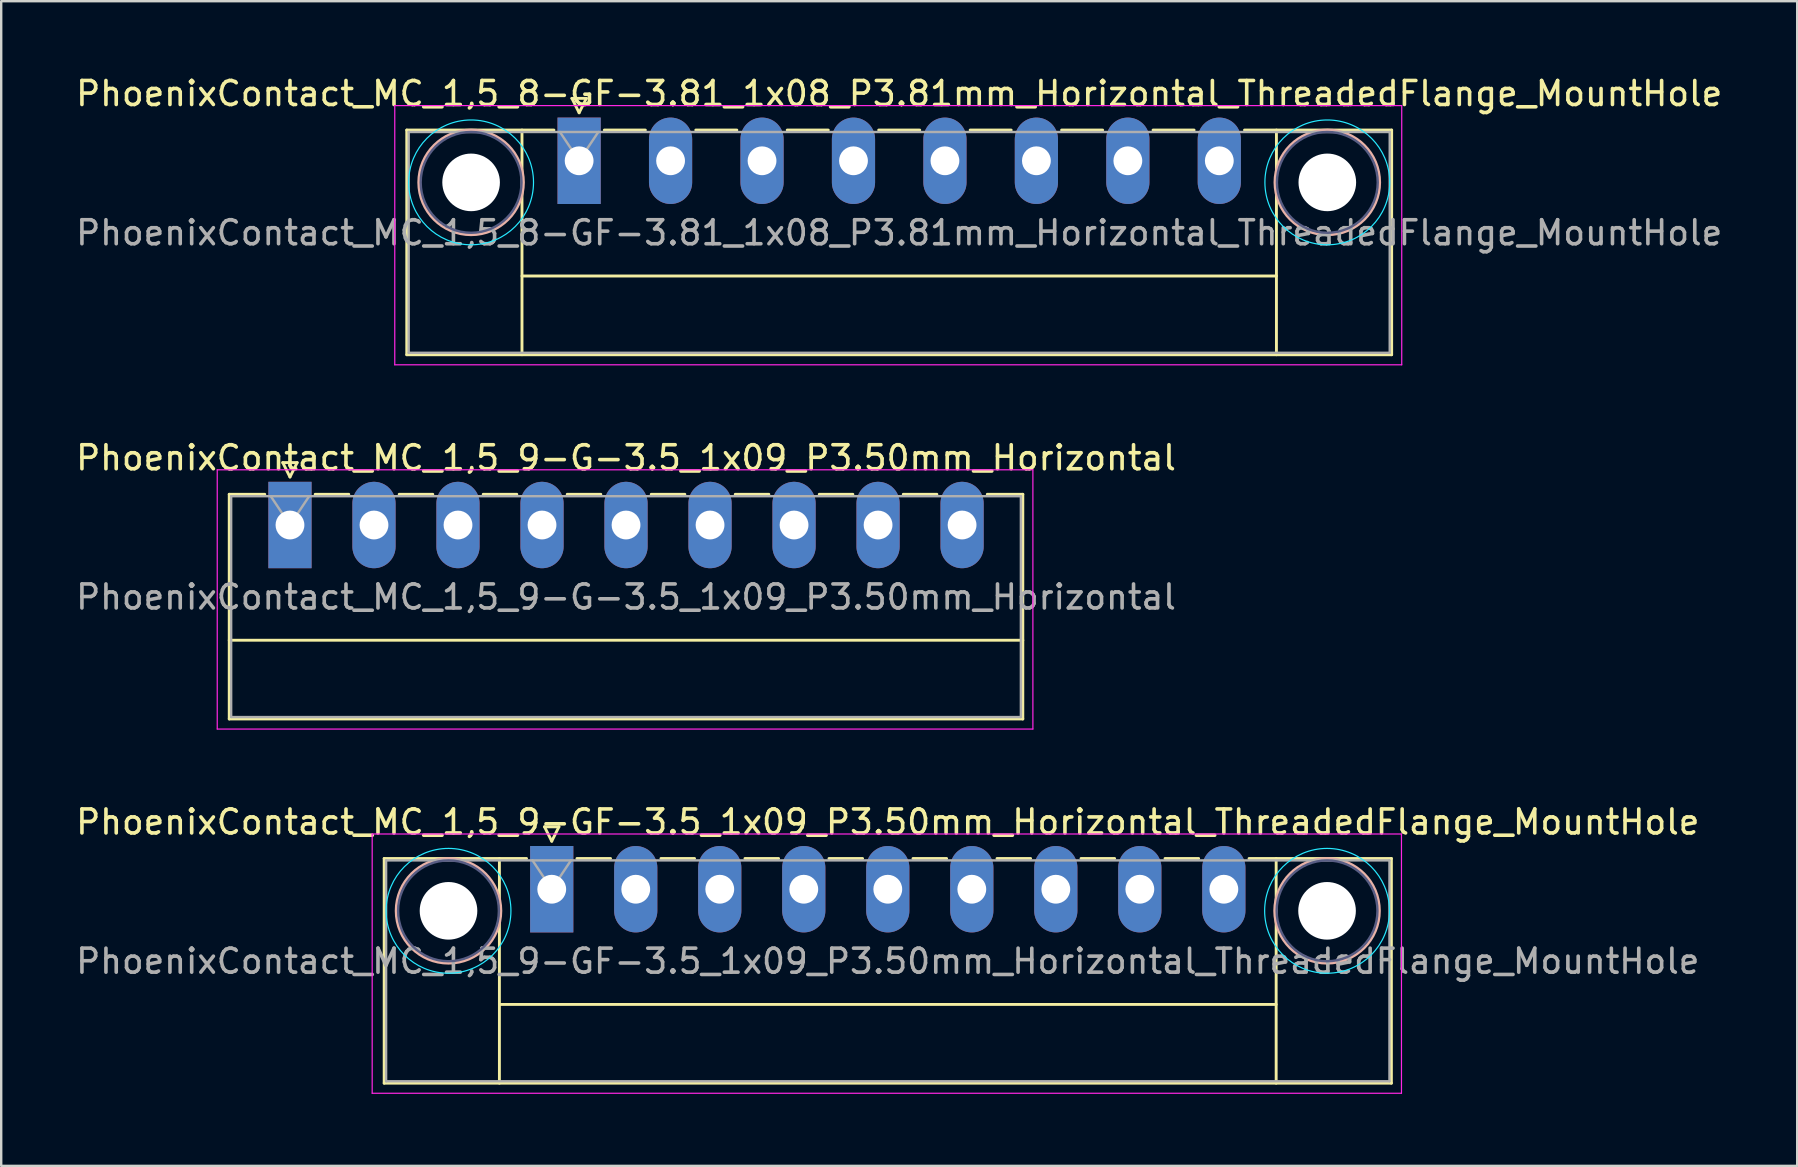
<source format=kicad_pcb>
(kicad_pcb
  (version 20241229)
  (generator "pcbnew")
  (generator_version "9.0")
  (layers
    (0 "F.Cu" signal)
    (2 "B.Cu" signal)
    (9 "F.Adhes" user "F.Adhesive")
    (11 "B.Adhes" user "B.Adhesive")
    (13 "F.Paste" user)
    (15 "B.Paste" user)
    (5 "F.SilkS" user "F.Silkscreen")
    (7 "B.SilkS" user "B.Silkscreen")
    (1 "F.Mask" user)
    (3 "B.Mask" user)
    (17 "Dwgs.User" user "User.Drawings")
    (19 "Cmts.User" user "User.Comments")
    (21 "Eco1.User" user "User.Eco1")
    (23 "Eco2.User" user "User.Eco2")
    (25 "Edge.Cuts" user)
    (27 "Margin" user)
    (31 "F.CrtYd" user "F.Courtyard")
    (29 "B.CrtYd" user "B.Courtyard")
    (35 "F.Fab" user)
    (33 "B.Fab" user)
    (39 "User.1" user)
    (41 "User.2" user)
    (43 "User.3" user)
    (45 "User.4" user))
  (footprint "PhoenixContact_MC_1,5_9-G-3.5_1x09_P3.50mm_Horizontal"
    (layer "F.Cu")
    (at 9.03 18.822)
    (property "Reference" "PhoenixContact_MC_1,5_9-G-3.5_1x09_P3.50mm_Horizontal" (at 14 -2.8 0) (layer "F.SilkS") (effects (font (size 1 1) (thickness 0.15))))
    (attr through_hole)
    (fp_line (start -2.53 -1.28) (end -2.53 8.08) (stroke (width 0.12) (type solid)) (layer "F.SilkS"))
    (fp_line (start -2.53 -1.28) (end -1.05 -1.28) (stroke (width 0.12) (type solid)) (layer "F.SilkS"))
    (fp_line (start -2.53 4.8) (end 30.53 4.8) (stroke (width 0.12) (type solid)) (layer "F.SilkS"))
    (fp_line (start -2.53 8.08) (end 30.53 8.08) (stroke (width 0.12) (type solid)) (layer "F.SilkS"))
    (fp_line (start -0.3 -2.6) (end 0.3 -2.6) (stroke (width 0.12) (type solid)) (layer "F.SilkS"))
    (fp_line (start 0 -2) (end -0.3 -2.6) (stroke (width 0.12) (type solid)) (layer "F.SilkS"))
    (fp_line (start 0.3 -2.6) (end 0 -2) (stroke (width 0.12) (type solid)) (layer "F.SilkS"))
    (fp_line (start 1.05 -1.28) (end 2.45 -1.28) (stroke (width 0.12) (type solid)) (layer "F.SilkS"))
    (fp_line (start 4.55 -1.28) (end 5.95 -1.28) (stroke (width 0.12) (type solid)) (layer "F.SilkS"))
    (fp_line (start 8.05 -1.28) (end 9.45 -1.28) (stroke (width 0.12) (type solid)) (layer "F.SilkS"))
    (fp_line (start 11.55 -1.28) (end 12.95 -1.28) (stroke (width 0.12) (type solid)) (layer "F.SilkS"))
    (fp_line (start 15.05 -1.28) (end 16.45 -1.28) (stroke (width 0.12) (type solid)) (layer "F.SilkS"))
    (fp_line (start 18.55 -1.28) (end 19.95 -1.28) (stroke (width 0.12) (type solid)) (layer "F.SilkS"))
    (fp_line (start 22.05 -1.28) (end 23.45 -1.28) (stroke (width 0.12) (type solid)) (layer "F.SilkS"))
    (fp_line (start 25.55 -1.28) (end 26.95 -1.28) (stroke (width 0.12) (type solid)) (layer "F.SilkS"))
    (fp_line (start 30.53 -1.28) (end 29.05 -1.28) (stroke (width 0.12) (type solid)) (layer "F.SilkS"))
    (fp_line (start 30.53 8.08) (end 30.53 -1.28) (stroke (width 0.12) (type solid)) (layer "F.SilkS"))
    (fp_line (start -3.03 -2.3) (end -3.03 8.5) (stroke (width 0.05) (type solid)) (layer "F.CrtYd"))
    (fp_line (start -3.03 8.5) (end 30.95 8.5) (stroke (width 0.05) (type solid)) (layer "F.CrtYd"))
    (fp_line (start 30.95 -2.3) (end -3.03 -2.3) (stroke (width 0.05) (type solid)) (layer "F.CrtYd"))
    (fp_line (start 30.95 8.5) (end 30.95 -2.3) (stroke (width 0.05) (type solid)) (layer "F.CrtYd"))
    (fp_line (start -2.45 -1.2) (end -2.45 8) (stroke (width 0.1) (type solid)) (layer "F.Fab"))
    (fp_line (start -2.45 8) (end 30.45 8) (stroke (width 0.1) (type solid)) (layer "F.Fab"))
    (fp_line (start 0 0) (end -0.8 -1.2) (stroke (width 0.1) (type solid)) (layer "F.Fab"))
    (fp_line (start 0.8 -1.2) (end 0 0) (stroke (width 0.1) (type solid)) (layer "F.Fab"))
    (fp_line (start 30.45 -1.2) (end -2.45 -1.2) (stroke (width 0.1) (type solid)) (layer "F.Fab"))
    (fp_line (start 30.45 8) (end 30.45 -1.2) (stroke (width 0.1) (type solid)) (layer "F.Fab"))
    (fp_text user "${REFERENCE}" (at 14 3 0) (layer "F.Fab") (effects (font (size 1 1) (thickness 0.15))))
    (pad "1" thru_hole rect (at 0 0) (size 1.8 3.6) (drill 1.2) (layers "*.Cu" "*.Mask"))
    (pad "2" thru_hole oval (at 3.5 0) (size 1.8 3.6) (drill 1.2) (layers "*.Cu" "*.Mask"))
    (pad "3" thru_hole oval (at 7 0) (size 1.8 3.6) (drill 1.2) (layers "*.Cu" "*.Mask"))
    (pad "4" thru_hole oval (at 10.5 0) (size 1.8 3.6) (drill 1.2) (layers "*.Cu" "*.Mask"))
    (pad "5" thru_hole oval (at 14 0) (size 1.8 3.6) (drill 1.2) (layers "*.Cu" "*.Mask"))
    (pad "6" thru_hole oval (at 17.5 0) (size 1.8 3.6) (drill 1.2) (layers "*.Cu" "*.Mask"))
    (pad "7" thru_hole oval (at 21 0) (size 1.8 3.6) (drill 1.2) (layers "*.Cu" "*.Mask"))
    (pad "8" thru_hole oval (at 24.5 0) (size 1.8 3.6) (drill 1.2) (layers "*.Cu" "*.Mask"))
    (pad "9" thru_hole oval (at 28 0) (size 1.8 3.6) (drill 1.2) (layers "*.Cu" "*.Mask")))
  (footprint "PhoenixContact_MC_1,5_9-GF-3.5_1x09_P3.50mm_Horizontal_ThreadedFlange_MountHole"
    (layer "F.Cu")
    (at 19.935 33.995)
    (property "Reference" "PhoenixContact_MC_1,5_9-GF-3.5_1x09_P3.50mm_Horizontal_ThreadedFlange_MountHole" (at 14 -2.8 0) (layer "F.SilkS") (effects (font (size 1 1) (thickness 0.15))))
    (attr through_hole)
    (fp_line (start -6.98 -1.28) (end -6.98 8.08) (stroke (width 0.12) (type solid)) (layer "F.SilkS"))
    (fp_line (start -6.98 -1.28) (end -1.05 -1.28) (stroke (width 0.12) (type solid)) (layer "F.SilkS"))
    (fp_line (start -6.98 8.08) (end 34.98 8.08) (stroke (width 0.12) (type solid)) (layer "F.SilkS"))
    (fp_line (start -2.18 -1.28) (end -2.18 8.08) (stroke (width 0.12) (type solid)) (layer "F.SilkS"))
    (fp_line (start -2.18 4.8) (end 30.18 4.8) (stroke (width 0.12) (type solid)) (layer "F.SilkS"))
    (fp_line (start -0.3 -2.6) (end 0.3 -2.6) (stroke (width 0.12) (type solid)) (layer "F.SilkS"))
    (fp_line (start 0 -2) (end -0.3 -2.6) (stroke (width 0.12) (type solid)) (layer "F.SilkS"))
    (fp_line (start 0.3 -2.6) (end 0 -2) (stroke (width 0.12) (type solid)) (layer "F.SilkS"))
    (fp_line (start 1.05 -1.28) (end 2.45 -1.28) (stroke (width 0.12) (type solid)) (layer "F.SilkS"))
    (fp_line (start 4.55 -1.28) (end 5.95 -1.28) (stroke (width 0.12) (type solid)) (layer "F.SilkS"))
    (fp_line (start 8.05 -1.28) (end 9.45 -1.28) (stroke (width 0.12) (type solid)) (layer "F.SilkS"))
    (fp_line (start 11.55 -1.28) (end 12.95 -1.28) (stroke (width 0.12) (type solid)) (layer "F.SilkS"))
    (fp_line (start 15.05 -1.28) (end 16.45 -1.28) (stroke (width 0.12) (type solid)) (layer "F.SilkS"))
    (fp_line (start 18.55 -1.28) (end 19.95 -1.28) (stroke (width 0.12) (type solid)) (layer "F.SilkS"))
    (fp_line (start 22.05 -1.28) (end 23.45 -1.28) (stroke (width 0.12) (type solid)) (layer "F.SilkS"))
    (fp_line (start 25.55 -1.28) (end 26.95 -1.28) (stroke (width 0.12) (type solid)) (layer "F.SilkS"))
    (fp_line (start 30.18 -1.28) (end 30.18 8.08) (stroke (width 0.12) (type solid)) (layer "F.SilkS"))
    (fp_line (start 34.98 -1.28) (end 29.05 -1.28) (stroke (width 0.12) (type solid)) (layer "F.SilkS"))
    (fp_line (start 34.98 8.08) (end 34.98 -1.28) (stroke (width 0.12) (type solid)) (layer "F.SilkS"))
    (fp_circle (center -4.3 0.9) (end -2.12 0.9) (stroke (width 0.12) (type solid)) (fill no) (layer "B.SilkS"))
    (fp_circle (center 32.3 0.9) (end 34.48 0.9) (stroke (width 0.12) (type solid)) (fill no) (layer "B.SilkS"))
    (fp_circle (center -4.3 0.9) (end -1.7 0.9) (stroke (width 0.05) (type solid)) (fill no) (layer "B.CrtYd"))
    (fp_circle (center 32.3 0.9) (end 34.9 0.9) (stroke (width 0.05) (type solid)) (fill no) (layer "B.CrtYd"))
    (fp_line (start -7.48 -2.3) (end -7.48 8.5) (stroke (width 0.05) (type solid)) (layer "F.CrtYd"))
    (fp_line (start -7.48 8.5) (end 35.4 8.5) (stroke (width 0.05) (type solid)) (layer "F.CrtYd"))
    (fp_line (start 35.4 -2.3) (end -7.48 -2.3) (stroke (width 0.05) (type solid)) (layer "F.CrtYd"))
    (fp_line (start 35.4 8.5) (end 35.4 -2.3) (stroke (width 0.05) (type solid)) (layer "F.CrtYd"))
    (fp_circle (center -4.3 0.9) (end -2.2 0.9) (stroke (width 0.1) (type solid)) (fill no) (layer "B.Fab"))
    (fp_circle (center 32.3 0.9) (end 34.4 0.9) (stroke (width 0.1) (type solid)) (fill no) (layer "B.Fab"))
    (fp_line (start -6.9 -1.2) (end -6.9 8) (stroke (width 0.1) (type solid)) (layer "F.Fab"))
    (fp_line (start -6.9 8) (end 34.9 8) (stroke (width 0.1) (type solid)) (layer "F.Fab"))
    (fp_line (start 0 0) (end -0.8 -1.2) (stroke (width 0.1) (type solid)) (layer "F.Fab"))
    (fp_line (start 0.8 -1.2) (end 0 0) (stroke (width 0.1) (type solid)) (layer "F.Fab"))
    (fp_line (start 34.9 -1.2) (end -6.9 -1.2) (stroke (width 0.1) (type solid)) (layer "F.Fab"))
    (fp_line (start 34.9 8) (end 34.9 -1.2) (stroke (width 0.1) (type solid)) (layer "F.Fab"))
    (fp_text user "${REFERENCE}" (at 14 3 0) (layer "F.Fab") (effects (font (size 1 1) (thickness 0.15))))
    (pad "" np_thru_hole circle (at -4.3 0.9) (size 2.4 2.4) (drill 2.4) (layers "*.Cu" "*.Mask"))
    (pad "" np_thru_hole circle (at 32.3 0.9) (size 2.4 2.4) (drill 2.4) (layers "*.Cu" "*.Mask"))
    (pad "1" thru_hole rect (at 0 0) (size 1.8 3.6) (drill 1.2) (layers "*.Cu" "*.Mask"))
    (pad "2" thru_hole oval (at 3.5 0) (size 1.8 3.6) (drill 1.2) (layers "*.Cu" "*.Mask"))
    (pad "3" thru_hole oval (at 7 0) (size 1.8 3.6) (drill 1.2) (layers "*.Cu" "*.Mask"))
    (pad "4" thru_hole oval (at 10.5 0) (size 1.8 3.6) (drill 1.2) (layers "*.Cu" "*.Mask"))
    (pad "5" thru_hole oval (at 14 0) (size 1.8 3.6) (drill 1.2) (layers "*.Cu" "*.Mask"))
    (pad "6" thru_hole oval (at 17.5 0) (size 1.8 3.6) (drill 1.2) (layers "*.Cu" "*.Mask"))
    (pad "7" thru_hole oval (at 21 0) (size 1.8 3.6) (drill 1.2) (layers "*.Cu" "*.Mask"))
    (pad "8" thru_hole oval (at 24.5 0) (size 1.8 3.6) (drill 1.2) (layers "*.Cu" "*.Mask"))
    (pad "9" thru_hole oval (at 28 0) (size 1.8 3.6) (drill 1.2) (layers "*.Cu" "*.Mask")))
  (footprint "PhoenixContact_MC_1,5_8-GF-3.81_1x08_P3.81mm_Horizontal_ThreadedFlange_MountHole"
    (layer "F.Cu")
    (at 21.076 3.648)
    (property "Reference" "PhoenixContact_MC_1,5_8-GF-3.81_1x08_P3.81mm_Horizontal_ThreadedFlange_MountHole" (at 13.335 -2.8 0) (layer "F.SilkS") (effects (font (size 1 1) (thickness 0.15))))
    (attr through_hole)
    (fp_line (start -7.18 -1.28) (end -7.18 8.08) (stroke (width 0.12) (type solid)) (layer "F.SilkS"))
    (fp_line (start -7.18 -1.28) (end -1.05 -1.28) (stroke (width 0.12) (type solid)) (layer "F.SilkS"))
    (fp_line (start -7.18 8.08) (end 33.85 8.08) (stroke (width 0.12) (type solid)) (layer "F.SilkS"))
    (fp_line (start -2.38 -1.28) (end -2.38 8.08) (stroke (width 0.12) (type solid)) (layer "F.SilkS"))
    (fp_line (start -2.38 4.8) (end 29.05 4.8) (stroke (width 0.12) (type solid)) (layer "F.SilkS"))
    (fp_line (start -0.3 -2.6) (end 0.3 -2.6) (stroke (width 0.12) (type solid)) (layer "F.SilkS"))
    (fp_line (start 0 -2) (end -0.3 -2.6) (stroke (width 0.12) (type solid)) (layer "F.SilkS"))
    (fp_line (start 0.3 -2.6) (end 0 -2) (stroke (width 0.12) (type solid)) (layer "F.SilkS"))
    (fp_line (start 1.05 -1.28) (end 2.76 -1.28) (stroke (width 0.12) (type solid)) (layer "F.SilkS"))
    (fp_line (start 4.86 -1.28) (end 6.57 -1.28) (stroke (width 0.12) (type solid)) (layer "F.SilkS"))
    (fp_line (start 8.67 -1.28) (end 10.38 -1.28) (stroke (width 0.12) (type solid)) (layer "F.SilkS"))
    (fp_line (start 12.48 -1.28) (end 14.19 -1.28) (stroke (width 0.12) (type solid)) (layer "F.SilkS"))
    (fp_line (start 16.29 -1.28) (end 18 -1.28) (stroke (width 0.12) (type solid)) (layer "F.SilkS"))
    (fp_line (start 20.1 -1.28) (end 21.81 -1.28) (stroke (width 0.12) (type solid)) (layer "F.SilkS"))
    (fp_line (start 23.91 -1.28) (end 25.62 -1.28) (stroke (width 0.12) (type solid)) (layer "F.SilkS"))
    (fp_line (start 29.05 -1.28) (end 29.05 8.08) (stroke (width 0.12) (type solid)) (layer "F.SilkS"))
    (fp_line (start 33.85 -1.28) (end 27.72 -1.28) (stroke (width 0.12) (type solid)) (layer "F.SilkS"))
    (fp_line (start 33.85 8.08) (end 33.85 -1.28) (stroke (width 0.12) (type solid)) (layer "F.SilkS"))
    (fp_circle (center -4.5 0.9) (end -2.32 0.9) (stroke (width 0.12) (type solid)) (fill no) (layer "B.SilkS"))
    (fp_circle (center 31.17 0.9) (end 33.35 0.9) (stroke (width 0.12) (type solid)) (fill no) (layer "B.SilkS"))
    (fp_circle (center -4.5 0.9) (end -1.9 0.9) (stroke (width 0.05) (type solid)) (fill no) (layer "B.CrtYd"))
    (fp_circle (center 31.17 0.9) (end 33.77 0.9) (stroke (width 0.05) (type solid)) (fill no) (layer "B.CrtYd"))
    (fp_line (start -7.68 -2.3) (end -7.68 8.5) (stroke (width 0.05) (type solid)) (layer "F.CrtYd"))
    (fp_line (start -7.68 8.5) (end 34.27 8.5) (stroke (width 0.05) (type solid)) (layer "F.CrtYd"))
    (fp_line (start 34.27 -2.3) (end -7.68 -2.3) (stroke (width 0.05) (type solid)) (layer "F.CrtYd"))
    (fp_line (start 34.27 8.5) (end 34.27 -2.3) (stroke (width 0.05) (type solid)) (layer "F.CrtYd"))
    (fp_circle (center -4.5 0.9) (end -2.4 0.9) (stroke (width 0.1) (type solid)) (fill no) (layer "B.Fab"))
    (fp_circle (center 31.17 0.9) (end 33.27 0.9) (stroke (width 0.1) (type solid)) (fill no) (layer "B.Fab"))
    (fp_line (start -7.1 -1.2) (end -7.1 8) (stroke (width 0.1) (type solid)) (layer "F.Fab"))
    (fp_line (start -7.1 8) (end 33.77 8) (stroke (width 0.1) (type solid)) (layer "F.Fab"))
    (fp_line (start 0 0) (end -0.8 -1.2) (stroke (width 0.1) (type solid)) (layer "F.Fab"))
    (fp_line (start 0.8 -1.2) (end 0 0) (stroke (width 0.1) (type solid)) (layer "F.Fab"))
    (fp_line (start 33.77 -1.2) (end -7.1 -1.2) (stroke (width 0.1) (type solid)) (layer "F.Fab"))
    (fp_line (start 33.77 8) (end 33.77 -1.2) (stroke (width 0.1) (type solid)) (layer "F.Fab"))
    (fp_text user "${REFERENCE}" (at 13.335 3 0) (layer "F.Fab") (effects (font (size 1 1) (thickness 0.15))))
    (pad "" np_thru_hole circle (at -4.5 0.9) (size 2.4 2.4) (drill 2.4) (layers "*.Cu" "*.Mask"))
    (pad "" np_thru_hole circle (at 31.17 0.9) (size 2.4 2.4) (drill 2.4) (layers "*.Cu" "*.Mask"))
    (pad "1" thru_hole rect (at 0 0) (size 1.8 3.6) (drill 1.2) (layers "*.Cu" "*.Mask"))
    (pad "2" thru_hole oval (at 3.81 0) (size 1.8 3.6) (drill 1.2) (layers "*.Cu" "*.Mask"))
    (pad "3" thru_hole oval (at 7.62 0) (size 1.8 3.6) (drill 1.2) (layers "*.Cu" "*.Mask"))
    (pad "4" thru_hole oval (at 11.43 0) (size 1.8 3.6) (drill 1.2) (layers "*.Cu" "*.Mask"))
    (pad "5" thru_hole oval (at 15.24 0) (size 1.8 3.6) (drill 1.2) (layers "*.Cu" "*.Mask"))
    (pad "6" thru_hole oval (at 19.05 0) (size 1.8 3.6) (drill 1.2) (layers "*.Cu" "*.Mask"))
    (pad "7" thru_hole oval (at 22.86 0) (size 1.8 3.6) (drill 1.2) (layers "*.Cu" "*.Mask"))
    (pad "8" thru_hole oval (at 26.67 0) (size 1.8 3.6) (drill 1.2) (layers "*.Cu" "*.Mask")))
  (gr_rect
    (start -3 -3)
    (end 71.821 45.52)
    (stroke (width 0.1) (type default))
    (fill no)
    (layer "Edge.Cuts")))
</source>
